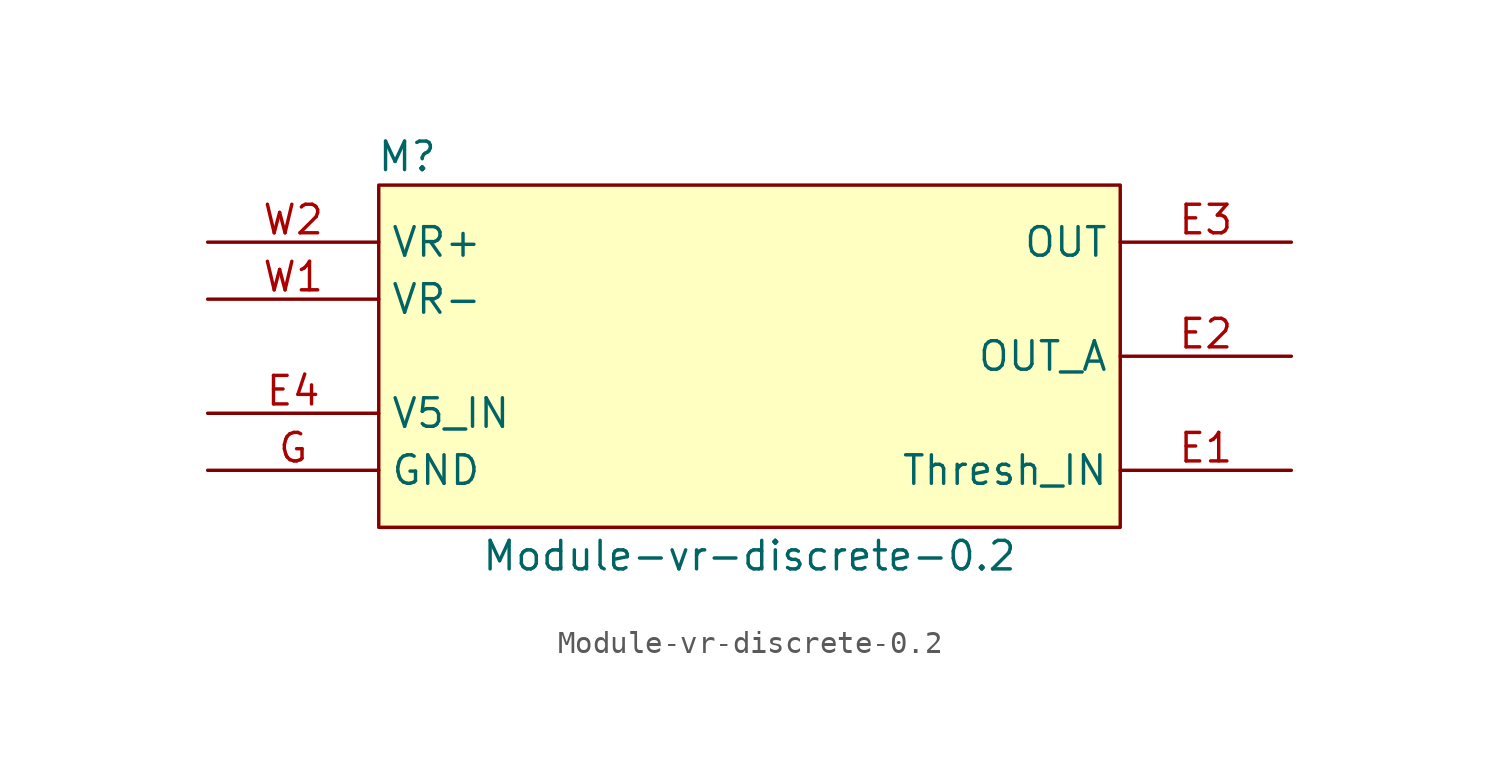
<source format=kicad_sym>
(kicad_symbol_lib
  (version 20211014)
  (generator kicad_symbol_editor)
  (symbol "Module-vr-discrete-0.2"
    (property "Reference" "M"
      (at 1.27 1.27 0)
      (effects (font (size 1.27 1.27))))
    (property "Value" "Module-vr-discrete-0.2"
      (at 16.51 -16.51 0)
      (effects (font (size 1.27 1.27))))
    (symbol "Module-vr-discrete-0.2_1_0"
      (rectangle (start 0 0) (end 33.02 -15.24) (stroke (width 0) (type default) (color 0 0 0 0)) (fill (type background)))
      (pin passive line (at 40.64 -12.7 180) (length 7.62) (name "Thresh_IN" (effects (font (size 1.27 1.27)))) (number "E1" (effects (font (size 1.27 1.27)))))
      (pin passive line (at 40.64 -7.62 180) (length 7.62) (name "OUT_A" (effects (font (size 1.27 1.27)))) (number "E2" (effects (font (size 1.27 1.27)))))
      (pin passive line (at 40.64 -2.54 180) (length 7.62) (name "OUT" (effects (font (size 1.27 1.27)))) (number "E3" (effects (font (size 1.27 1.27)))))
      (pin passive line (at -7.62 -10.16 0) (length 7.62) (name "V5_IN" (effects (font (size 1.27 1.27)))) (number "E4" (effects (font (size 1.27 1.27)))))
      (pin passive line (at -7.62 -12.7 0) (length 7.62) (name "GND" (effects (font (size 1.27 1.27)))) (number "G" (effects (font (size 1.27 1.27)))))
      (pin passive line (at -7.62 -5.08 0) (length 7.62) (name "VR-" (effects (font (size 1.27 1.27)))) (number "W1" (effects (font (size 1.27 1.27)))))
      (pin passive line (at -7.62 -2.54 0) (length 7.62) (name "VR+" (effects (font (size 1.27 1.27)))) (number "W2" (effects (font (size 1.27 1.27))))))))
</source>
